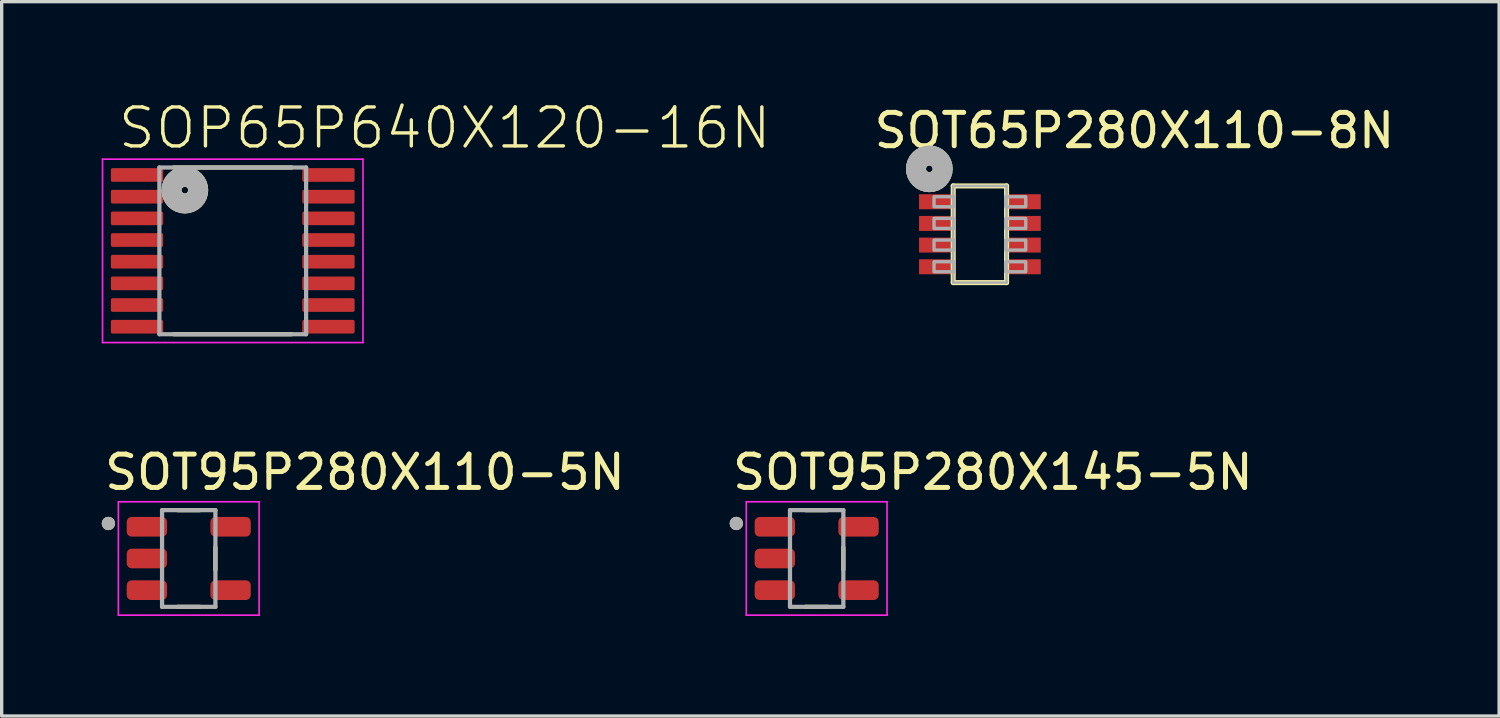
<source format=kicad_pcb>
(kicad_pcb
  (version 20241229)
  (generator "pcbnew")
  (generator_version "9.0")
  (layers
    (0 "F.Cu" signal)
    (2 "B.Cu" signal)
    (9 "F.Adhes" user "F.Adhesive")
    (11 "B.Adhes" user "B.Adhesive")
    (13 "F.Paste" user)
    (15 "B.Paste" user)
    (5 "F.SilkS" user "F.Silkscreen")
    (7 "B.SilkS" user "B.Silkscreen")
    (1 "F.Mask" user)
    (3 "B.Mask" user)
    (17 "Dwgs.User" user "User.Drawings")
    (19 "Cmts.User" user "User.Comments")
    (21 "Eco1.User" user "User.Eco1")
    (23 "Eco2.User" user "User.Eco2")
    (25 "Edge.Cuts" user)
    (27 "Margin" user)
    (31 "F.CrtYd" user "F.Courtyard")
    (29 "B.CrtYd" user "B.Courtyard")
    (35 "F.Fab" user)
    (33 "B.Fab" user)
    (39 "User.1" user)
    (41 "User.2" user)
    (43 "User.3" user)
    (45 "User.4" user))
  (footprint "SOP65P640X120-16N"
    (layer "F.Cu")
    (at 3.93 4.473)
    (property "Reference" "SOP65P640X120-16N" (at -3.5 -3 0) (layer "F.SilkS") (effects (font (size 1.168 1.168) (thickness 0.102)) (justify left bottom)))
    (fp_line (start -1.765 -2.5) (end 1.765 -2.5) (stroke (width 0.127) (type solid)) (layer "F.SilkS"))
    (fp_line (start 1.765 2.5) (end -1.765 2.5) (stroke (width 0.127) (type solid)) (layer "F.SilkS"))
    (fp_circle (center -1.436 -1.821) (end -1.336 -1.821) (stroke (width 0.6) (type solid)) (fill no) (layer "F.SilkS"))
    (fp_line (start -3.905 -2.75) (end -3.905 2.75) (stroke (width 0.05) (type solid)) (layer "F.CrtYd"))
    (fp_line (start -3.905 -2.75) (end 3.905 -2.75) (stroke (width 0.05) (type solid)) (layer "F.CrtYd"))
    (fp_line (start -3.905 2.75) (end 3.905 2.75) (stroke (width 0.05) (type solid)) (layer "F.CrtYd"))
    (fp_line (start 3.905 -2.75) (end 3.905 2.75) (stroke (width 0.05) (type solid)) (layer "F.CrtYd"))
    (fp_line (start -2.2 -2.5) (end -2.2 2.5) (stroke (width 0.127) (type solid)) (layer "F.Fab"))
    (fp_line (start -2.2 -2.5) (end 2.2 -2.5) (stroke (width 0.127) (type solid)) (layer "F.Fab"))
    (fp_line (start -2.2 2.5) (end 2.2 2.5) (stroke (width 0.127) (type solid)) (layer "F.Fab"))
    (fp_line (start 2.2 -2.5) (end 2.2 2.5) (stroke (width 0.127) (type solid)) (layer "F.Fab"))
    (fp_circle (center -1.436 -1.821) (end -1.336 -1.821) (stroke (width 0.6) (type solid)) (fill no) (layer "F.Fab"))
    (pad "1" smd roundrect (at -2.87 -2.275) (size 1.57 0.41) (layers "F.Cu" "F.Mask" "F.Paste") (roundrect_rratio 0.125))
    (pad "2" smd roundrect (at -2.87 -1.625) (size 1.57 0.41) (layers "F.Cu" "F.Mask" "F.Paste") (roundrect_rratio 0.125))
    (pad "3" smd roundrect (at -2.87 -0.975) (size 1.57 0.41) (layers "F.Cu" "F.Mask" "F.Paste") (roundrect_rratio 0.125))
    (pad "4" smd roundrect (at -2.87 -0.325) (size 1.57 0.41) (layers "F.Cu" "F.Mask" "F.Paste") (roundrect_rratio 0.125))
    (pad "5" smd roundrect (at -2.87 0.325) (size 1.57 0.41) (layers "F.Cu" "F.Mask" "F.Paste") (roundrect_rratio 0.125))
    (pad "6" smd roundrect (at -2.87 0.975) (size 1.57 0.41) (layers "F.Cu" "F.Mask" "F.Paste") (roundrect_rratio 0.125))
    (pad "7" smd roundrect (at -2.87 1.625) (size 1.57 0.41) (layers "F.Cu" "F.Mask" "F.Paste") (roundrect_rratio 0.125))
    (pad "8" smd roundrect (at -2.87 2.275) (size 1.57 0.41) (layers "F.Cu" "F.Mask" "F.Paste") (roundrect_rratio 0.125))
    (pad "9" smd roundrect (at 2.87 2.275) (size 1.57 0.41) (layers "F.Cu" "F.Mask" "F.Paste") (roundrect_rratio 0.125))
    (pad "10" smd roundrect (at 2.87 1.625) (size 1.57 0.41) (layers "F.Cu" "F.Mask" "F.Paste") (roundrect_rratio 0.125))
    (pad "11" smd roundrect (at 2.87 0.975) (size 1.57 0.41) (layers "F.Cu" "F.Mask" "F.Paste") (roundrect_rratio 0.125))
    (pad "12" smd roundrect (at 2.87 0.325) (size 1.57 0.41) (layers "F.Cu" "F.Mask" "F.Paste") (roundrect_rratio 0.125))
    (pad "13" smd roundrect (at 2.87 -0.325) (size 1.57 0.41) (layers "F.Cu" "F.Mask" "F.Paste") (roundrect_rratio 0.125))
    (pad "14" smd roundrect (at 2.87 -0.975) (size 1.57 0.41) (layers "F.Cu" "F.Mask" "F.Paste") (roundrect_rratio 0.125))
    (pad "15" smd roundrect (at 2.87 -1.625) (size 1.57 0.41) (layers "F.Cu" "F.Mask" "F.Paste") (roundrect_rratio 0.125))
    (pad "16" smd roundrect (at 2.87 -2.275) (size 1.57 0.41) (layers "F.Cu" "F.Mask" "F.Paste") (roundrect_rratio 0.125)))
  (footprint "SOT95P280X110-5N"
    (layer "F.Cu")
    (at 2.61 13.698)
    (property "Reference" "SOT95P280X110-5N" (at -2.6 -2 0) (layer "F.SilkS") (effects (font (size 1 1) (thickness 0.15)) (justify left bottom)))
    (fp_line (start -0.33 -1.45) (end 0.33 -1.45) (stroke (width 0.127) (type solid)) (layer "F.SilkS"))
    (fp_line (start 0.33 1.45) (end -0.33 1.45) (stroke (width 0.127) (type solid)) (layer "F.SilkS"))
    (fp_line (start 0.8 -0.335) (end 0.8 0.335) (stroke (width 0.127) (type solid)) (layer "F.SilkS"))
    (fp_circle (center -2.41 -1.05) (end -2.31 -1.05) (stroke (width 0.2) (type solid)) (fill no) (layer "F.SilkS"))
    (fp_line (start -2.11 -1.7) (end 2.11 -1.7) (stroke (width 0.05) (type solid)) (layer "F.CrtYd"))
    (fp_line (start -2.11 1.7) (end -2.11 -1.7) (stroke (width 0.05) (type solid)) (layer "F.CrtYd"))
    (fp_line (start 2.11 -1.7) (end 2.11 1.7) (stroke (width 0.05) (type solid)) (layer "F.CrtYd"))
    (fp_line (start 2.11 1.7) (end -2.11 1.7) (stroke (width 0.05) (type solid)) (layer "F.CrtYd"))
    (fp_line (start -0.8 -1.45) (end 0.8 -1.45) (stroke (width 0.127) (type solid)) (layer "F.Fab"))
    (fp_line (start -0.8 1.45) (end -0.8 -1.45) (stroke (width 0.127) (type solid)) (layer "F.Fab"))
    (fp_line (start 0.8 -1.45) (end 0.8 1.45) (stroke (width 0.127) (type solid)) (layer "F.Fab"))
    (fp_line (start 0.8 1.45) (end -0.8 1.45) (stroke (width 0.127) (type solid)) (layer "F.Fab"))
    (fp_circle (center -2.41 -1.05) (end -2.31 -1.05) (stroke (width 0.2) (type solid)) (fill no) (layer "F.Fab"))
    (pad "1" smd roundrect (at -1.255 -0.95) (size 1.21 0.59) (layers "F.Cu" "F.Mask" "F.Paste") (roundrect_rratio 0.25))
    (pad "2" smd roundrect (at -1.255 0) (size 1.21 0.59) (layers "F.Cu" "F.Mask" "F.Paste") (roundrect_rratio 0.25))
    (pad "3" smd roundrect (at -1.255 0.95) (size 1.21 0.59) (layers "F.Cu" "F.Mask" "F.Paste") (roundrect_rratio 0.25))
    (pad "4" smd roundrect (at 1.255 0.95) (size 1.21 0.59) (layers "F.Cu" "F.Mask" "F.Paste") (roundrect_rratio 0.25))
    (pad "5" smd roundrect (at 1.255 -0.95) (size 1.21 0.59) (layers "F.Cu" "F.Mask" "F.Paste") (roundrect_rratio 0.25)))
  (footprint "SOT65P280X110-8N"
    (layer "F.Cu")
    (at 26.336 3.975)
    (property "Reference" "SOT65P280X110-8N" (at -3.25 -2.525 0) (layer "F.SilkS") (effects (font (size 1 1) (thickness 0.15)) (justify left bottom)))
    (fp_line (start -0.8 -1.45) (end 0.8 -1.45) (stroke (width 0.152) (type solid)) (layer "F.SilkS"))
    (fp_line (start -0.8 1.45) (end -0.8 -1.45) (stroke (width 0.152) (type solid)) (layer "F.SilkS"))
    (fp_line (start 0.8 -1.45) (end 0.8 1.45) (stroke (width 0.152) (type solid)) (layer "F.SilkS"))
    (fp_line (start 0.8 1.45) (end -0.8 1.45) (stroke (width 0.152) (type solid)) (layer "F.SilkS"))
    (fp_circle (center -1.516 -1.962) (end -1.416 -1.962) (stroke (width 0.6) (type solid)) (fill no) (layer "F.SilkS"))
    (fp_line (start -0.8 -1.45) (end 0.8 -1.45) (stroke (width 0.076) (type solid)) (layer "F.Fab"))
    (fp_line (start -0.8 1.45) (end -0.8 -1.45) (stroke (width 0.076) (type solid)) (layer "F.Fab"))
    (fp_line (start 0.8 -1.45) (end 0.8 1.45) (stroke (width 0.076) (type solid)) (layer "F.Fab"))
    (fp_line (start 0.8 1.45) (end -0.8 1.45) (stroke (width 0.076) (type solid)) (layer "F.Fab"))
    (fp_circle (center -1.516 -1.962) (end -1.416 -1.962) (stroke (width 0.6) (type solid)) (fill no) (layer "F.Fab"))
    (fp_poly (pts (xy -1.375 -0.825) (xy -0.775 -0.825) (xy -0.775 -1.125) (xy -1.375 -1.125)) (stroke (width 0.1) (type default)) (fill no) (layer "F.Fab"))
    (fp_poly (pts (xy -1.375 -0.175) (xy -0.775 -0.175) (xy -0.775 -0.475) (xy -1.375 -0.475)) (stroke (width 0.1) (type default)) (fill no) (layer "F.Fab"))
    (fp_poly (pts (xy -1.375 0.475) (xy -0.775 0.475) (xy -0.775 0.175) (xy -1.375 0.175)) (stroke (width 0.1) (type default)) (fill no) (layer "F.Fab"))
    (fp_poly (pts (xy -1.375 1.125) (xy -0.775 1.125) (xy -0.775 0.825) (xy -1.375 0.825)) (stroke (width 0.1) (type default)) (fill no) (layer "F.Fab"))
    (fp_poly (pts (xy 1.375 -1.125) (xy 0.775 -1.125) (xy 0.775 -0.825) (xy 1.375 -0.825)) (stroke (width 0.1) (type default)) (fill no) (layer "F.Fab"))
    (fp_poly (pts (xy 1.375 -0.475) (xy 0.775 -0.475) (xy 0.775 -0.175) (xy 1.375 -0.175)) (stroke (width 0.1) (type default)) (fill no) (layer "F.Fab"))
    (fp_poly (pts (xy 1.375 0.175) (xy 0.775 0.175) (xy 0.775 0.475) (xy 1.375 0.475)) (stroke (width 0.1) (type default)) (fill no) (layer "F.Fab"))
    (fp_poly (pts (xy 1.375 0.825) (xy 0.775 0.825) (xy 0.775 1.125) (xy 1.375 1.125)) (stroke (width 0.1) (type default)) (fill no) (layer "F.Fab"))
    (pad "1" smd rect (at -1.3 -0.975) (size 1.05 0.45) (layers "F.Cu" "F.Mask" "F.Paste"))
    (pad "2" smd rect (at -1.3 -0.325) (size 1.05 0.45) (layers "F.Cu" "F.Mask" "F.Paste"))
    (pad "3" smd rect (at -1.3 0.325) (size 1.05 0.45) (layers "F.Cu" "F.Mask" "F.Paste"))
    (pad "4" smd rect (at -1.3 0.975) (size 1.05 0.45) (layers "F.Cu" "F.Mask" "F.Paste"))
    (pad "5" smd rect (at 1.3 0.975) (size 1.05 0.45) (layers "F.Cu" "F.Mask" "F.Paste"))
    (pad "6" smd rect (at 1.3 0.325) (size 1.05 0.45) (layers "F.Cu" "F.Mask" "F.Paste"))
    (pad "7" smd rect (at 1.3 -0.325) (size 1.05 0.45) (layers "F.Cu" "F.Mask" "F.Paste"))
    (pad "8" smd rect (at 1.3 -0.975) (size 1.05 0.45) (layers "F.Cu" "F.Mask" "F.Paste")))
  (footprint "SOT95P280X145-5N"
    (layer "F.Cu")
    (at 21.441 13.698)
    (property "Reference" "SOT95P280X145-5N" (at -2.6 -2 0) (layer "F.SilkS") (effects (font (size 1 1) (thickness 0.15)) (justify left bottom)))
    (fp_line (start -0.33 -1.45) (end 0.33 -1.45) (stroke (width 0.127) (type solid)) (layer "F.SilkS"))
    (fp_line (start 0.33 1.45) (end -0.33 1.45) (stroke (width 0.127) (type solid)) (layer "F.SilkS"))
    (fp_line (start 0.8 -0.335) (end 0.8 0.335) (stroke (width 0.127) (type solid)) (layer "F.SilkS"))
    (fp_circle (center -2.41 -1.05) (end -2.31 -1.05) (stroke (width 0.2) (type solid)) (fill no) (layer "F.SilkS"))
    (fp_line (start -2.11 -1.7) (end 2.11 -1.7) (stroke (width 0.05) (type solid)) (layer "F.CrtYd"))
    (fp_line (start -2.11 1.7) (end -2.11 -1.7) (stroke (width 0.05) (type solid)) (layer "F.CrtYd"))
    (fp_line (start 2.11 -1.7) (end 2.11 1.7) (stroke (width 0.05) (type solid)) (layer "F.CrtYd"))
    (fp_line (start 2.11 1.7) (end -2.11 1.7) (stroke (width 0.05) (type solid)) (layer "F.CrtYd"))
    (fp_line (start -0.8 -1.45) (end 0.8 -1.45) (stroke (width 0.127) (type solid)) (layer "F.Fab"))
    (fp_line (start -0.8 1.45) (end -0.8 -1.45) (stroke (width 0.127) (type solid)) (layer "F.Fab"))
    (fp_line (start 0.8 -1.45) (end 0.8 1.45) (stroke (width 0.127) (type solid)) (layer "F.Fab"))
    (fp_line (start 0.8 1.45) (end -0.8 1.45) (stroke (width 0.127) (type solid)) (layer "F.Fab"))
    (fp_circle (center -2.41 -1.05) (end -2.31 -1.05) (stroke (width 0.2) (type solid)) (fill no) (layer "F.Fab"))
    (pad "1" smd roundrect (at -1.255 -0.95) (size 1.21 0.59) (layers "F.Cu" "F.Mask" "F.Paste") (roundrect_rratio 0.25))
    (pad "2" smd roundrect (at -1.255 0) (size 1.21 0.59) (layers "F.Cu" "F.Mask" "F.Paste") (roundrect_rratio 0.25))
    (pad "3" smd roundrect (at -1.255 0.95) (size 1.21 0.59) (layers "F.Cu" "F.Mask" "F.Paste") (roundrect_rratio 0.25))
    (pad "4" smd roundrect (at 1.255 0.95) (size 1.21 0.59) (layers "F.Cu" "F.Mask" "F.Paste") (roundrect_rratio 0.25))
    (pad "5" smd roundrect (at 1.255 -0.95) (size 1.21 0.59) (layers "F.Cu" "F.Mask" "F.Paste") (roundrect_rratio 0.25)))
  (gr_rect
    (start -3 -3)
    (end 41.907 18.423)
    (stroke (width 0.1) (type default))
    (fill no)
    (layer "Edge.Cuts")))
</source>
